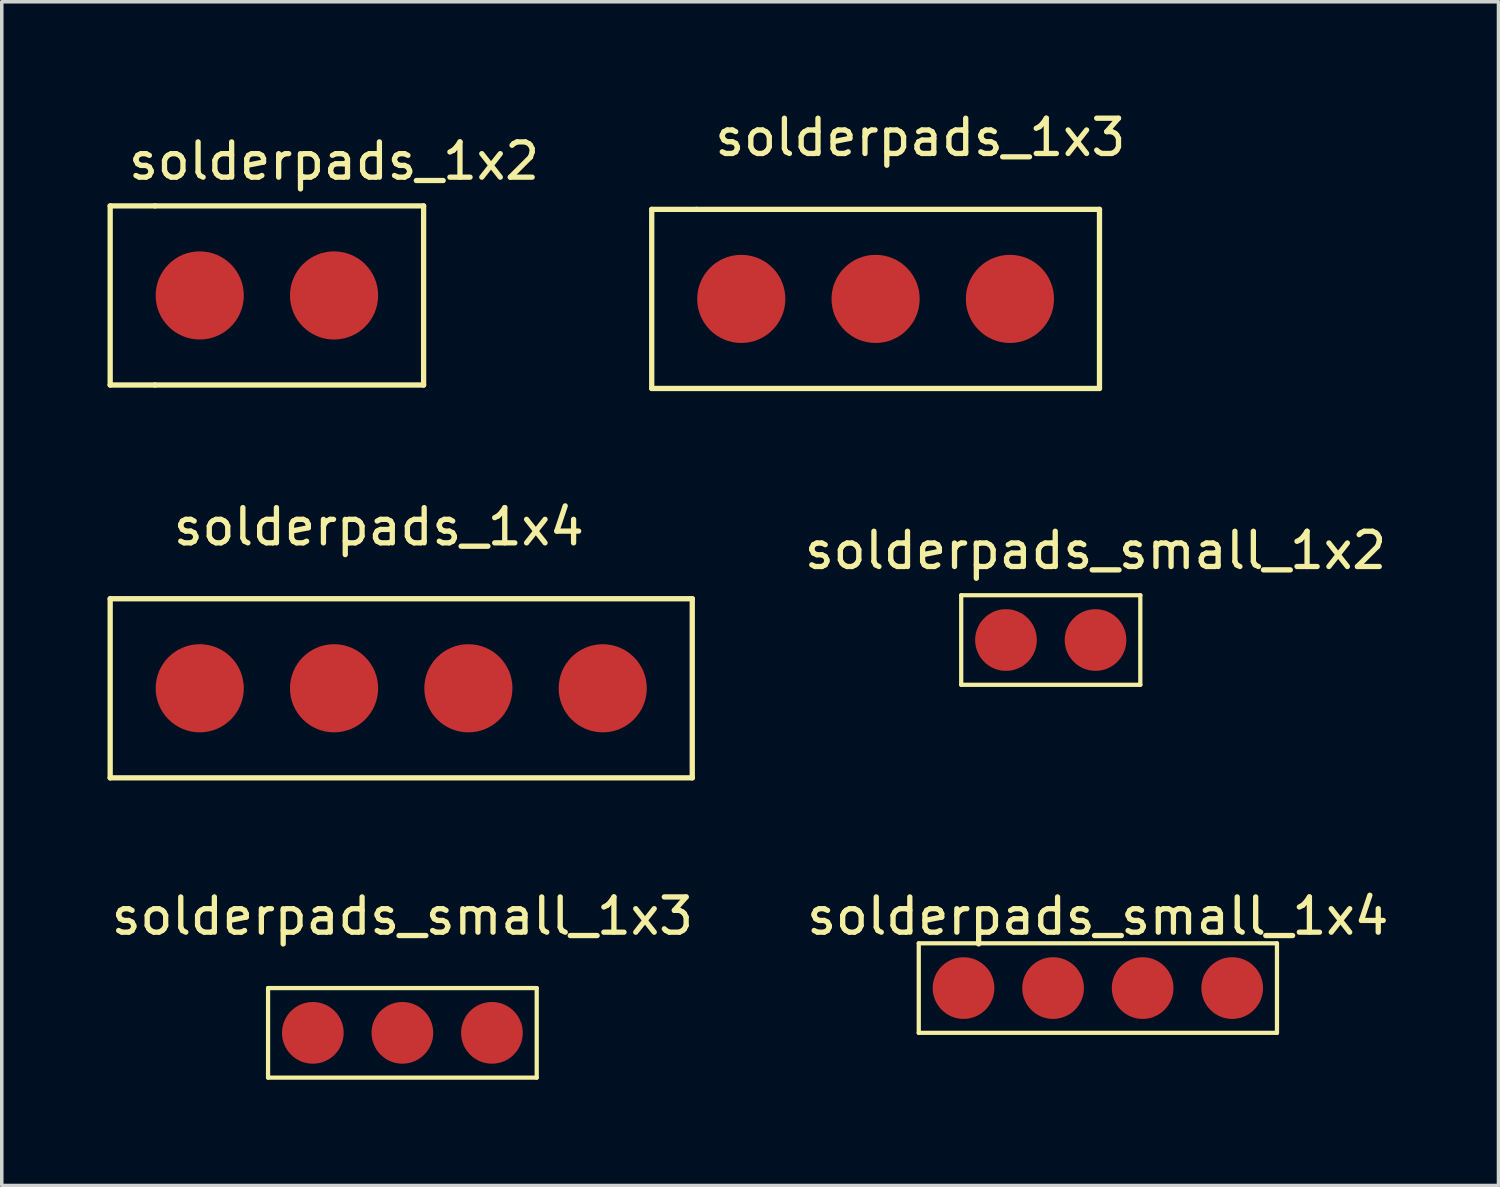
<source format=kicad_pcb>
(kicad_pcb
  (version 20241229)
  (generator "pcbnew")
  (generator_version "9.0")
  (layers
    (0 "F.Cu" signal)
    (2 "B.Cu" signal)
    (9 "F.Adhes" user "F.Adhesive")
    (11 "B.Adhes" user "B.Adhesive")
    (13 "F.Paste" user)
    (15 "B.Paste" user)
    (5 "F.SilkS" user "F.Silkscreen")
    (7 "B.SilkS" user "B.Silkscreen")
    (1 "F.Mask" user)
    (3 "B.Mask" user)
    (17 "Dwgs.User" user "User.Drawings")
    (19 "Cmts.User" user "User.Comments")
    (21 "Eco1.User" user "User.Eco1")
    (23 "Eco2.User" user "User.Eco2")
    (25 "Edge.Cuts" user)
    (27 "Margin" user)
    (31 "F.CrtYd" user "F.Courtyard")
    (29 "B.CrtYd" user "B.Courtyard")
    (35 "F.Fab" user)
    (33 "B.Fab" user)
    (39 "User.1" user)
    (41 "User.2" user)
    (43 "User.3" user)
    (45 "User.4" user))
  (footprint "solderpads_small_1x2"
    (layer "F.Cu")
    (at 26.753 11.293)
    (property "Reference" "solderpads_small_1x2" (at 1.27 1.27 0) (layer "F.SilkS") (effects (font (size 1 1) (thickness 0.15))))
    (attr smd)
    (fp_line (start -2.54 2.54) (end 2.54 2.54) (stroke (width 0.12) (type solid)) (layer "F.SilkS"))
    (fp_line (start -2.54 5.08) (end -2.54 2.54) (stroke (width 0.12) (type solid)) (layer "F.SilkS"))
    (fp_line (start 2.54 2.54) (end 2.54 5.08) (stroke (width 0.12) (type solid)) (layer "F.SilkS"))
    (fp_line (start 2.54 5.08) (end -2.54 5.08) (stroke (width 0.12) (type solid)) (layer "F.SilkS"))
    (pad "1" smd circle (at -1.27 3.81) (size 1.75 1.75) (layers "F.Cu" "F.Mask" "F.Paste"))
    (pad "2" smd circle (at 1.27 3.81) (size 1.75 1.75) (layers "F.Cu" "F.Mask" "F.Paste")))
  (footprint "solderpads_1x2"
    (layer "F.Cu")
    (at 5.155 0.25)
    (property "Reference" "solderpads_1x2" (at 1.27 1.27 0) (layer "F.SilkS") (effects (font (size 1 1) (thickness 0.15))))
    (attr smd)
    (fp_line (start -5.08 2.54) (end -3.81 2.54) (stroke (width 0.15) (type solid)) (layer "F.SilkS"))
    (fp_line (start -5.08 7.62) (end -5.08 2.54) (stroke (width 0.15) (type solid)) (layer "F.SilkS"))
    (fp_line (start -3.81 2.54) (end 3.81 2.54) (stroke (width 0.15) (type solid)) (layer "F.SilkS"))
    (fp_line (start -3.81 7.62) (end -5.08 7.62) (stroke (width 0.15) (type solid)) (layer "F.SilkS"))
    (fp_line (start 3.81 2.54) (end 3.81 7.62) (stroke (width 0.15) (type solid)) (layer "F.SilkS"))
    (fp_line (start 3.81 7.62) (end -3.81 7.62) (stroke (width 0.15) (type solid)) (layer "F.SilkS"))
    (pad "1" smd circle (at -2.54 5.08) (size 2.5 2.5) (layers "F.Cu" "F.Mask" "F.Paste"))
    (pad "2" smd circle (at 1.27 5.08) (size 2.5 2.5) (layers "F.Cu" "F.Mask" "F.Paste")))
  (footprint "solderpads_small_1x4"
    (layer "F.Cu")
    (at 28.089 22.435)
    (property "Reference" "solderpads_small_1x4" (at 0 0.5 0) (layer "F.SilkS") (effects (font (size 1 1) (thickness 0.15))))
    (attr through_hole)
    (fp_line (start -5.08 1.27) (end 5.08 1.27) (stroke (width 0.12) (type solid)) (layer "F.SilkS"))
    (fp_line (start -5.08 3.81) (end -5.08 1.27) (stroke (width 0.12) (type solid)) (layer "F.SilkS"))
    (fp_line (start 5.08 1.27) (end 5.08 3.81) (stroke (width 0.12) (type solid)) (layer "F.SilkS"))
    (fp_line (start 5.08 3.81) (end -5.08 3.81) (stroke (width 0.12) (type solid)) (layer "F.SilkS"))
    (pad "1" smd circle (at -3.81 2.54) (size 1.75 1.75) (layers "F.Cu" "F.Mask" "F.Paste"))
    (pad "2" smd circle (at -1.27 2.54) (size 1.75 1.75) (layers "F.Cu" "F.Mask" "F.Paste"))
    (pad "3" smd circle (at 1.27 2.54) (size 1.75 1.75) (layers "F.Cu" "F.Mask" "F.Paste"))
    (pad "4" smd circle (at 3.81 2.54) (size 1.75 1.75) (layers "F.Cu" "F.Mask" "F.Paste")))
  (footprint "solderpads_1x4"
    (layer "F.Cu")
    (at 7.695 11.392)
    (property "Reference" "solderpads_1x4" (at 0 0.5 0) (layer "F.SilkS") (effects (font (size 1 1) (thickness 0.15))))
    (attr through_hole)
    (fp_line (start -7.62 2.54) (end 8.89 2.54) (stroke (width 0.15) (type solid)) (layer "F.SilkS"))
    (fp_line (start -7.62 7.62) (end -7.62 2.54) (stroke (width 0.15) (type solid)) (layer "F.SilkS"))
    (fp_line (start 8.89 2.54) (end 8.89 7.62) (stroke (width 0.15) (type solid)) (layer "F.SilkS"))
    (fp_line (start 8.89 7.62) (end -7.62 7.62) (stroke (width 0.15) (type solid)) (layer "F.SilkS"))
    (pad "1" smd circle (at -5.08 5.08) (size 2.5 2.5) (layers "F.Cu" "F.Mask" "F.Paste"))
    (pad "2" smd circle (at -1.27 5.08) (size 2.5 2.5) (layers "F.Cu" "F.Mask" "F.Paste"))
    (pad "3" smd circle (at 2.54 5.08) (size 2.5 2.5) (layers "F.Cu" "F.Mask" "F.Paste"))
    (pad "4" smd circle (at 6.35 5.08) (size 2.5 2.5) (layers "F.Cu" "F.Mask" "F.Paste")))
  (footprint "solderpads_1x3"
    (layer "F.Cu")
    (at 23.055 0.348)
    (property "Reference" "solderpads_1x3" (at 0 0.5 0) (layer "F.SilkS") (effects (font (size 1 1) (thickness 0.15))))
    (attr through_hole)
    (fp_line (start -7.62 2.54) (end -6.35 2.54) (stroke (width 0.15) (type solid)) (layer "F.SilkS"))
    (fp_line (start -7.62 7.62) (end -7.62 2.54) (stroke (width 0.15) (type solid)) (layer "F.SilkS"))
    (fp_line (start -6.35 2.54) (end 5.08 2.54) (stroke (width 0.15) (type solid)) (layer "F.SilkS"))
    (fp_line (start 5.08 2.54) (end 5.08 7.62) (stroke (width 0.15) (type solid)) (layer "F.SilkS"))
    (fp_line (start 5.08 7.62) (end -7.62 7.62) (stroke (width 0.15) (type solid)) (layer "F.SilkS"))
    (pad "1" smd circle (at -5.08 5.08) (size 2.5 2.5) (layers "F.Cu" "F.Mask" "F.Paste"))
    (pad "2" smd circle (at -1.27 5.08) (size 2.5 2.5) (layers "F.Cu" "F.Mask" "F.Paste"))
    (pad "3" smd circle (at 2.54 5.08) (size 2.5 2.5) (layers "F.Cu" "F.Mask" "F.Paste")))
  (footprint "solderpads_small_1x3"
    (layer "F.Cu")
    (at 8.363 22.435)
    (property "Reference" "solderpads_small_1x3" (at 0 0.5 0) (layer "F.SilkS") (effects (font (size 1 1) (thickness 0.15))))
    (attr through_hole)
    (fp_line (start -3.81 2.54) (end 3.81 2.54) (stroke (width 0.12) (type solid)) (layer "F.SilkS"))
    (fp_line (start -3.81 5.08) (end -3.81 2.54) (stroke (width 0.12) (type solid)) (layer "F.SilkS"))
    (fp_line (start 3.81 2.54) (end 3.81 5.08) (stroke (width 0.12) (type solid)) (layer "F.SilkS"))
    (fp_line (start 3.81 5.08) (end -3.81 5.08) (stroke (width 0.12) (type solid)) (layer "F.SilkS"))
    (pad "1" smd circle (at -2.54 3.81) (size 1.75 1.75) (layers "F.Cu" "F.Mask" "F.Paste"))
    (pad "2" smd circle (at 0 3.81) (size 1.75 1.75) (layers "F.Cu" "F.Mask" "F.Paste"))
    (pad "3" smd circle (at 2.54 3.81) (size 1.75 1.75) (layers "F.Cu" "F.Mask" "F.Paste")))
  (gr_rect
    (start -3 -3)
    (end 39.452 30.575)
    (stroke (width 0.1) (type default))
    (fill no)
    (layer "Edge.Cuts")))
</source>
